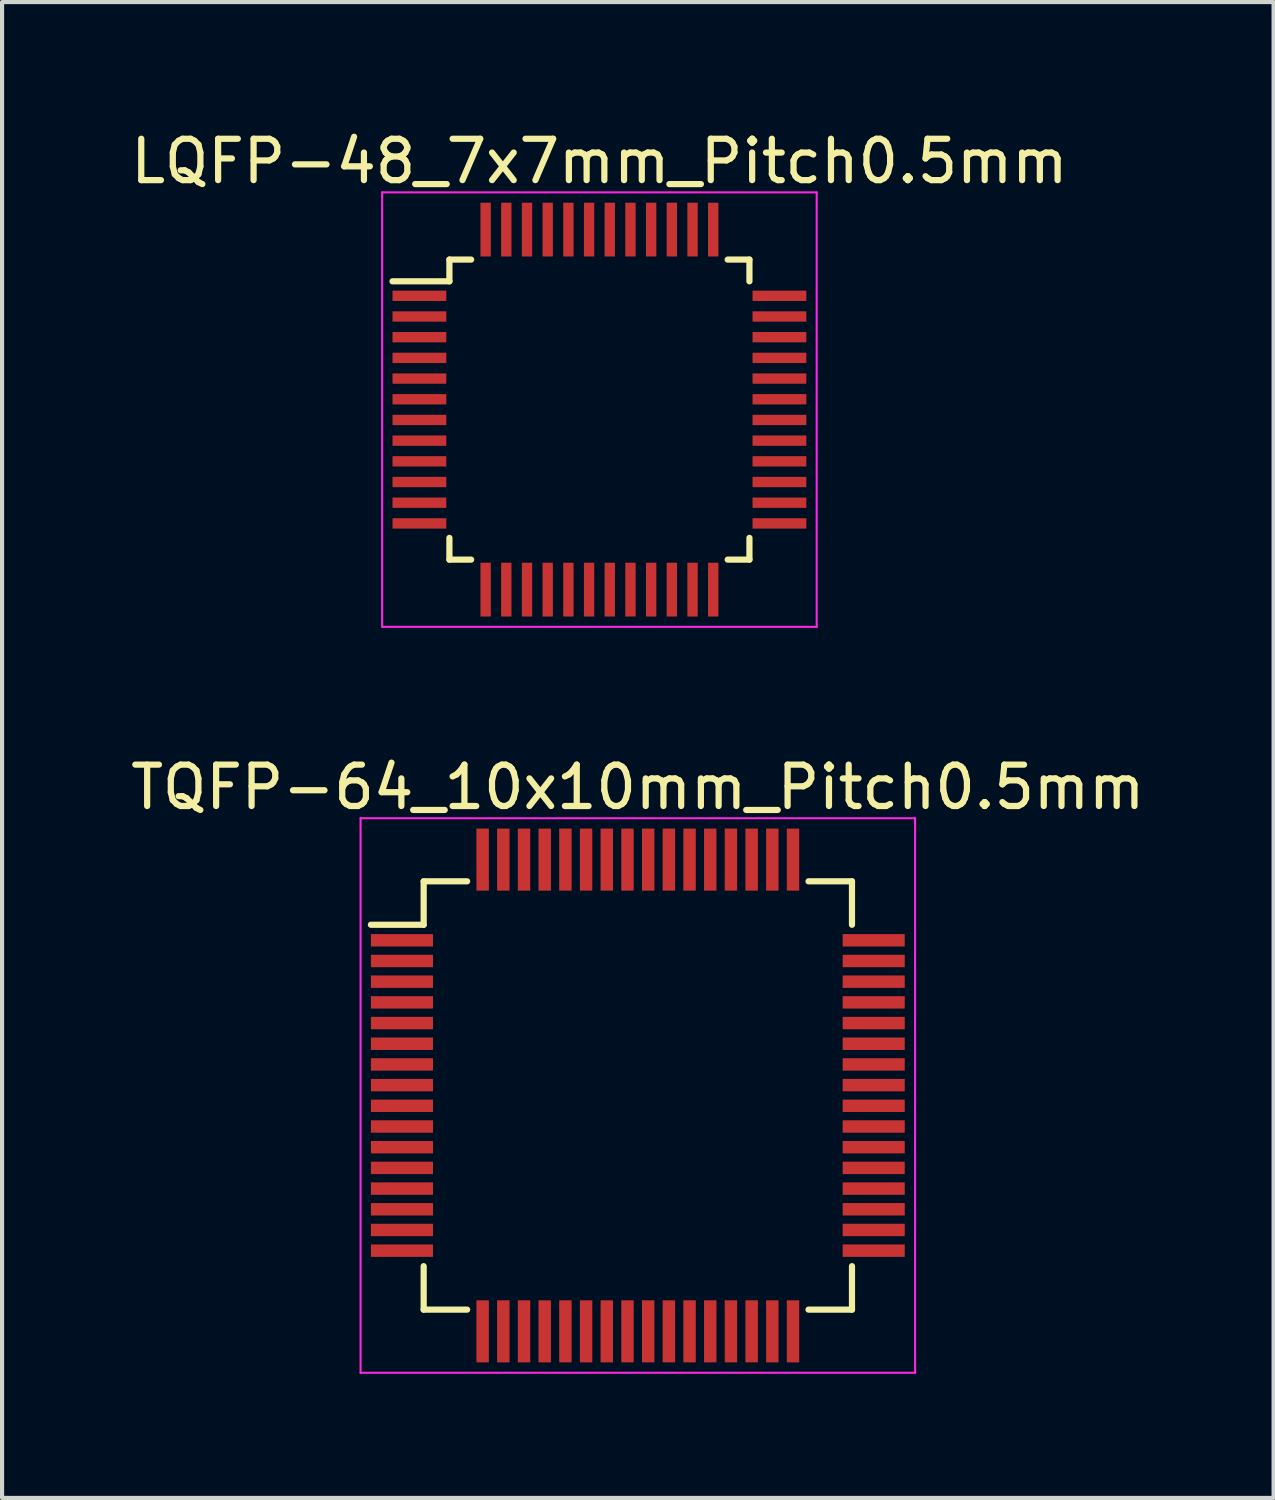
<source format=kicad_pcb>
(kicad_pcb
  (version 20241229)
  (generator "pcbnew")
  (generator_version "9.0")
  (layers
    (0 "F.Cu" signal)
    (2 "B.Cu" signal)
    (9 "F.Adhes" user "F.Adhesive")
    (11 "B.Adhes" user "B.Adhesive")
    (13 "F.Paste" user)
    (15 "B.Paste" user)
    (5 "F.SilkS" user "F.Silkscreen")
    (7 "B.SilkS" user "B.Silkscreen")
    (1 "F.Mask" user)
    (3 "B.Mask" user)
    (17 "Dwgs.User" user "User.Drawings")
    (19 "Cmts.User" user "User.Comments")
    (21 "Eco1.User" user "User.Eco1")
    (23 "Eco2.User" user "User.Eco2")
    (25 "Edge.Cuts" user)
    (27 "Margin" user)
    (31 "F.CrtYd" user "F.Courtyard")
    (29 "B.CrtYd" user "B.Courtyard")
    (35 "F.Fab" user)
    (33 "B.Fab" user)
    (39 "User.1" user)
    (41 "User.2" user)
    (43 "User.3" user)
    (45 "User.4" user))
  (footprint "LQFP-48_7x7mm_Pitch0.5mm"
    (layer "F.Cu")
    (at 11.435 6.848)
    (property "Reference" "LQFP-48_7x7mm_Pitch0.5mm" (at 0 -6 0) (layer "F.SilkS") (effects (font (size 1 1) (thickness 0.15))))
    (attr smd)
    (fp_line (start -3.625 -3.625) (end -3.625 -3.1) (stroke (width 0.15) (type solid)) (layer "F.SilkS"))
    (fp_line (start -3.625 -3.625) (end -3.1 -3.625) (stroke (width 0.15) (type solid)) (layer "F.SilkS"))
    (fp_line (start -3.625 -3.1) (end -5 -3.1) (stroke (width 0.15) (type solid)) (layer "F.SilkS"))
    (fp_line (start -3.625 3.625) (end -3.625 3.1) (stroke (width 0.15) (type solid)) (layer "F.SilkS"))
    (fp_line (start -3.625 3.625) (end -3.1 3.625) (stroke (width 0.15) (type solid)) (layer "F.SilkS"))
    (fp_line (start 3.625 -3.625) (end 3.1 -3.625) (stroke (width 0.15) (type solid)) (layer "F.SilkS"))
    (fp_line (start 3.625 -3.625) (end 3.625 -3.1) (stroke (width 0.15) (type solid)) (layer "F.SilkS"))
    (fp_line (start 3.625 3.625) (end 3.1 3.625) (stroke (width 0.15) (type solid)) (layer "F.SilkS"))
    (fp_line (start 3.625 3.625) (end 3.625 3.1) (stroke (width 0.15) (type solid)) (layer "F.SilkS"))
    (fp_line (start -5.25 -5.25) (end -5.25 5.25) (stroke (width 0.05) (type solid)) (layer "F.CrtYd"))
    (fp_line (start -5.25 -5.25) (end 5.25 -5.25) (stroke (width 0.05) (type solid)) (layer "F.CrtYd"))
    (fp_line (start -5.25 5.25) (end 5.25 5.25) (stroke (width 0.05) (type solid)) (layer "F.CrtYd"))
    (fp_line (start 5.25 -5.25) (end 5.25 5.25) (stroke (width 0.05) (type solid)) (layer "F.CrtYd"))
    (pad "1" smd rect (at -4.35 -2.75) (size 1.3 0.25) (layers "F.Cu" "F.Mask" "F.Paste"))
    (pad "2" smd rect (at -4.35 -2.25) (size 1.3 0.25) (layers "F.Cu" "F.Mask" "F.Paste"))
    (pad "3" smd rect (at -4.35 -1.75) (size 1.3 0.25) (layers "F.Cu" "F.Mask" "F.Paste"))
    (pad "4" smd rect (at -4.35 -1.25) (size 1.3 0.25) (layers "F.Cu" "F.Mask" "F.Paste"))
    (pad "5" smd rect (at -4.35 -0.75) (size 1.3 0.25) (layers "F.Cu" "F.Mask" "F.Paste"))
    (pad "6" smd rect (at -4.35 -0.25) (size 1.3 0.25) (layers "F.Cu" "F.Mask" "F.Paste"))
    (pad "7" smd rect (at -4.35 0.25) (size 1.3 0.25) (layers "F.Cu" "F.Mask" "F.Paste"))
    (pad "8" smd rect (at -4.35 0.75) (size 1.3 0.25) (layers "F.Cu" "F.Mask" "F.Paste"))
    (pad "9" smd rect (at -4.35 1.25) (size 1.3 0.25) (layers "F.Cu" "F.Mask" "F.Paste"))
    (pad "10" smd rect (at -4.35 1.75) (size 1.3 0.25) (layers "F.Cu" "F.Mask" "F.Paste"))
    (pad "11" smd rect (at -4.35 2.25) (size 1.3 0.25) (layers "F.Cu" "F.Mask" "F.Paste"))
    (pad "12" smd rect (at -4.35 2.75) (size 1.3 0.25) (layers "F.Cu" "F.Mask" "F.Paste"))
    (pad "13" smd rect (at -2.75 4.35 90) (size 1.3 0.25) (layers "F.Cu" "F.Mask" "F.Paste"))
    (pad "14" smd rect (at -2.25 4.35 90) (size 1.3 0.25) (layers "F.Cu" "F.Mask" "F.Paste"))
    (pad "15" smd rect (at -1.75 4.35 90) (size 1.3 0.25) (layers "F.Cu" "F.Mask" "F.Paste"))
    (pad "16" smd rect (at -1.25 4.35 90) (size 1.3 0.25) (layers "F.Cu" "F.Mask" "F.Paste"))
    (pad "17" smd rect (at -0.75 4.35 90) (size 1.3 0.25) (layers "F.Cu" "F.Mask" "F.Paste"))
    (pad "18" smd rect (at -0.25 4.35 90) (size 1.3 0.25) (layers "F.Cu" "F.Mask" "F.Paste"))
    (pad "19" smd rect (at 0.25 4.35 90) (size 1.3 0.25) (layers "F.Cu" "F.Mask" "F.Paste"))
    (pad "20" smd rect (at 0.75 4.35 90) (size 1.3 0.25) (layers "F.Cu" "F.Mask" "F.Paste"))
    (pad "21" smd rect (at 1.25 4.35 90) (size 1.3 0.25) (layers "F.Cu" "F.Mask" "F.Paste"))
    (pad "22" smd rect (at 1.75 4.35 90) (size 1.3 0.25) (layers "F.Cu" "F.Mask" "F.Paste"))
    (pad "23" smd rect (at 2.25 4.35 90) (size 1.3 0.25) (layers "F.Cu" "F.Mask" "F.Paste"))
    (pad "24" smd rect (at 2.75 4.35 90) (size 1.3 0.25) (layers "F.Cu" "F.Mask" "F.Paste"))
    (pad "25" smd rect (at 4.35 2.75) (size 1.3 0.25) (layers "F.Cu" "F.Mask" "F.Paste"))
    (pad "26" smd rect (at 4.35 2.25) (size 1.3 0.25) (layers "F.Cu" "F.Mask" "F.Paste"))
    (pad "27" smd rect (at 4.35 1.75) (size 1.3 0.25) (layers "F.Cu" "F.Mask" "F.Paste"))
    (pad "28" smd rect (at 4.35 1.25) (size 1.3 0.25) (layers "F.Cu" "F.Mask" "F.Paste"))
    (pad "29" smd rect (at 4.35 0.75) (size 1.3 0.25) (layers "F.Cu" "F.Mask" "F.Paste"))
    (pad "30" smd rect (at 4.35 0.25) (size 1.3 0.25) (layers "F.Cu" "F.Mask" "F.Paste"))
    (pad "31" smd rect (at 4.35 -0.25) (size 1.3 0.25) (layers "F.Cu" "F.Mask" "F.Paste"))
    (pad "32" smd rect (at 4.35 -0.75) (size 1.3 0.25) (layers "F.Cu" "F.Mask" "F.Paste"))
    (pad "33" smd rect (at 4.35 -1.25) (size 1.3 0.25) (layers "F.Cu" "F.Mask" "F.Paste"))
    (pad "34" smd rect (at 4.35 -1.75) (size 1.3 0.25) (layers "F.Cu" "F.Mask" "F.Paste"))
    (pad "35" smd rect (at 4.35 -2.25) (size 1.3 0.25) (layers "F.Cu" "F.Mask" "F.Paste"))
    (pad "36" smd rect (at 4.35 -2.75) (size 1.3 0.25) (layers "F.Cu" "F.Mask" "F.Paste"))
    (pad "37" smd rect (at 2.75 -4.35 90) (size 1.3 0.25) (layers "F.Cu" "F.Mask" "F.Paste"))
    (pad "38" smd rect (at 2.25 -4.35 90) (size 1.3 0.25) (layers "F.Cu" "F.Mask" "F.Paste"))
    (pad "39" smd rect (at 1.75 -4.35 90) (size 1.3 0.25) (layers "F.Cu" "F.Mask" "F.Paste"))
    (pad "40" smd rect (at 1.25 -4.35 90) (size 1.3 0.25) (layers "F.Cu" "F.Mask" "F.Paste"))
    (pad "41" smd rect (at 0.75 -4.35 90) (size 1.3 0.25) (layers "F.Cu" "F.Mask" "F.Paste"))
    (pad "42" smd rect (at 0.25 -4.35 90) (size 1.3 0.25) (layers "F.Cu" "F.Mask" "F.Paste"))
    (pad "43" smd rect (at -0.25 -4.35 90) (size 1.3 0.25) (layers "F.Cu" "F.Mask" "F.Paste"))
    (pad "44" smd rect (at -0.75 -4.35 90) (size 1.3 0.25) (layers "F.Cu" "F.Mask" "F.Paste"))
    (pad "45" smd rect (at -1.25 -4.35 90) (size 1.3 0.25) (layers "F.Cu" "F.Mask" "F.Paste"))
    (pad "46" smd rect (at -1.75 -4.35 90) (size 1.3 0.25) (layers "F.Cu" "F.Mask" "F.Paste"))
    (pad "47" smd rect (at -2.25 -4.35 90) (size 1.3 0.25) (layers "F.Cu" "F.Mask" "F.Paste"))
    (pad "48" smd rect (at -2.75 -4.35 90) (size 1.3 0.25) (layers "F.Cu" "F.Mask" "F.Paste")))
  (footprint "TQFP-64_10x10mm_Pitch0.5mm"
    (layer "F.Cu")
    (at 12.363 23.422)
    (property "Reference" "TQFP-64_10x10mm_Pitch0.5mm" (at 0 -7.45 0) (layer "F.SilkS") (effects (font (size 1 1) (thickness 0.15))))
    (attr smd)
    (fp_line (start -5.175 -5.175) (end -5.175 -4.125) (stroke (width 0.15) (type solid)) (layer "F.SilkS"))
    (fp_line (start -5.175 -5.175) (end -4.125 -5.175) (stroke (width 0.15) (type solid)) (layer "F.SilkS"))
    (fp_line (start -5.175 -4.125) (end -6.45 -4.125) (stroke (width 0.15) (type solid)) (layer "F.SilkS"))
    (fp_line (start -5.175 5.175) (end -5.175 4.125) (stroke (width 0.15) (type solid)) (layer "F.SilkS"))
    (fp_line (start -5.175 5.175) (end -4.125 5.175) (stroke (width 0.15) (type solid)) (layer "F.SilkS"))
    (fp_line (start 5.175 -5.175) (end 4.125 -5.175) (stroke (width 0.15) (type solid)) (layer "F.SilkS"))
    (fp_line (start 5.175 -5.175) (end 5.175 -4.125) (stroke (width 0.15) (type solid)) (layer "F.SilkS"))
    (fp_line (start 5.175 5.175) (end 4.125 5.175) (stroke (width 0.15) (type solid)) (layer "F.SilkS"))
    (fp_line (start 5.175 5.175) (end 5.175 4.125) (stroke (width 0.15) (type solid)) (layer "F.SilkS"))
    (fp_line (start -6.7 -6.7) (end -6.7 6.7) (stroke (width 0.05) (type solid)) (layer "F.CrtYd"))
    (fp_line (start -6.7 -6.7) (end 6.7 -6.7) (stroke (width 0.05) (type solid)) (layer "F.CrtYd"))
    (fp_line (start -6.7 6.7) (end 6.7 6.7) (stroke (width 0.05) (type solid)) (layer "F.CrtYd"))
    (fp_line (start 6.7 -6.7) (end 6.7 6.7) (stroke (width 0.05) (type solid)) (layer "F.CrtYd"))
    (pad "1" smd rect (at -5.7 -3.75) (size 1.5 0.3) (layers "F.Cu" "F.Mask" "F.Paste"))
    (pad "2" smd rect (at -5.7 -3.25) (size 1.5 0.3) (layers "F.Cu" "F.Mask" "F.Paste"))
    (pad "3" smd rect (at -5.7 -2.75) (size 1.5 0.3) (layers "F.Cu" "F.Mask" "F.Paste"))
    (pad "4" smd rect (at -5.7 -2.25) (size 1.5 0.3) (layers "F.Cu" "F.Mask" "F.Paste"))
    (pad "5" smd rect (at -5.7 -1.75) (size 1.5 0.3) (layers "F.Cu" "F.Mask" "F.Paste"))
    (pad "6" smd rect (at -5.7 -1.25) (size 1.5 0.3) (layers "F.Cu" "F.Mask" "F.Paste"))
    (pad "7" smd rect (at -5.7 -0.75) (size 1.5 0.3) (layers "F.Cu" "F.Mask" "F.Paste"))
    (pad "8" smd rect (at -5.7 -0.25) (size 1.5 0.3) (layers "F.Cu" "F.Mask" "F.Paste"))
    (pad "9" smd rect (at -5.7 0.25) (size 1.5 0.3) (layers "F.Cu" "F.Mask" "F.Paste"))
    (pad "10" smd rect (at -5.7 0.75) (size 1.5 0.3) (layers "F.Cu" "F.Mask" "F.Paste"))
    (pad "11" smd rect (at -5.7 1.25) (size 1.5 0.3) (layers "F.Cu" "F.Mask" "F.Paste"))
    (pad "12" smd rect (at -5.7 1.75) (size 1.5 0.3) (layers "F.Cu" "F.Mask" "F.Paste"))
    (pad "13" smd rect (at -5.7 2.25) (size 1.5 0.3) (layers "F.Cu" "F.Mask" "F.Paste"))
    (pad "14" smd rect (at -5.7 2.75) (size 1.5 0.3) (layers "F.Cu" "F.Mask" "F.Paste"))
    (pad "15" smd rect (at -5.7 3.25) (size 1.5 0.3) (layers "F.Cu" "F.Mask" "F.Paste"))
    (pad "16" smd rect (at -5.7 3.75) (size 1.5 0.3) (layers "F.Cu" "F.Mask" "F.Paste"))
    (pad "17" smd rect (at -3.75 5.7 90) (size 1.5 0.3) (layers "F.Cu" "F.Mask" "F.Paste"))
    (pad "18" smd rect (at -3.25 5.7 90) (size 1.5 0.3) (layers "F.Cu" "F.Mask" "F.Paste"))
    (pad "19" smd rect (at -2.75 5.7 90) (size 1.5 0.3) (layers "F.Cu" "F.Mask" "F.Paste"))
    (pad "20" smd rect (at -2.25 5.7 90) (size 1.5 0.3) (layers "F.Cu" "F.Mask" "F.Paste"))
    (pad "21" smd rect (at -1.75 5.7 90) (size 1.5 0.3) (layers "F.Cu" "F.Mask" "F.Paste"))
    (pad "22" smd rect (at -1.25 5.7 90) (size 1.5 0.3) (layers "F.Cu" "F.Mask" "F.Paste"))
    (pad "23" smd rect (at -0.75 5.7 90) (size 1.5 0.3) (layers "F.Cu" "F.Mask" "F.Paste"))
    (pad "24" smd rect (at -0.25 5.7 90) (size 1.5 0.3) (layers "F.Cu" "F.Mask" "F.Paste"))
    (pad "25" smd rect (at 0.25 5.7 90) (size 1.5 0.3) (layers "F.Cu" "F.Mask" "F.Paste"))
    (pad "26" smd rect (at 0.75 5.7 90) (size 1.5 0.3) (layers "F.Cu" "F.Mask" "F.Paste"))
    (pad "27" smd rect (at 1.25 5.7 90) (size 1.5 0.3) (layers "F.Cu" "F.Mask" "F.Paste"))
    (pad "28" smd rect (at 1.75 5.7 90) (size 1.5 0.3) (layers "F.Cu" "F.Mask" "F.Paste"))
    (pad "29" smd rect (at 2.25 5.7 90) (size 1.5 0.3) (layers "F.Cu" "F.Mask" "F.Paste"))
    (pad "30" smd rect (at 2.75 5.7 90) (size 1.5 0.3) (layers "F.Cu" "F.Mask" "F.Paste"))
    (pad "31" smd rect (at 3.25 5.7 90) (size 1.5 0.3) (layers "F.Cu" "F.Mask" "F.Paste"))
    (pad "32" smd rect (at 3.75 5.7 90) (size 1.5 0.3) (layers "F.Cu" "F.Mask" "F.Paste"))
    (pad "33" smd rect (at 5.7 3.75) (size 1.5 0.3) (layers "F.Cu" "F.Mask" "F.Paste"))
    (pad "34" smd rect (at 5.7 3.25) (size 1.5 0.3) (layers "F.Cu" "F.Mask" "F.Paste"))
    (pad "35" smd rect (at 5.7 2.75) (size 1.5 0.3) (layers "F.Cu" "F.Mask" "F.Paste"))
    (pad "36" smd rect (at 5.7 2.25) (size 1.5 0.3) (layers "F.Cu" "F.Mask" "F.Paste"))
    (pad "37" smd rect (at 5.7 1.75) (size 1.5 0.3) (layers "F.Cu" "F.Mask" "F.Paste"))
    (pad "38" smd rect (at 5.7 1.25) (size 1.5 0.3) (layers "F.Cu" "F.Mask" "F.Paste"))
    (pad "39" smd rect (at 5.7 0.75) (size 1.5 0.3) (layers "F.Cu" "F.Mask" "F.Paste"))
    (pad "40" smd rect (at 5.7 0.25) (size 1.5 0.3) (layers "F.Cu" "F.Mask" "F.Paste"))
    (pad "41" smd rect (at 5.7 -0.25) (size 1.5 0.3) (layers "F.Cu" "F.Mask" "F.Paste"))
    (pad "42" smd rect (at 5.7 -0.75) (size 1.5 0.3) (layers "F.Cu" "F.Mask" "F.Paste"))
    (pad "43" smd rect (at 5.7 -1.25) (size 1.5 0.3) (layers "F.Cu" "F.Mask" "F.Paste"))
    (pad "44" smd rect (at 5.7 -1.75) (size 1.5 0.3) (layers "F.Cu" "F.Mask" "F.Paste"))
    (pad "45" smd rect (at 5.7 -2.25) (size 1.5 0.3) (layers "F.Cu" "F.Mask" "F.Paste"))
    (pad "46" smd rect (at 5.7 -2.75) (size 1.5 0.3) (layers "F.Cu" "F.Mask" "F.Paste"))
    (pad "47" smd rect (at 5.7 -3.25) (size 1.5 0.3) (layers "F.Cu" "F.Mask" "F.Paste"))
    (pad "48" smd rect (at 5.7 -3.75) (size 1.5 0.3) (layers "F.Cu" "F.Mask" "F.Paste"))
    (pad "49" smd rect (at 3.75 -5.7 90) (size 1.5 0.3) (layers "F.Cu" "F.Mask" "F.Paste"))
    (pad "50" smd rect (at 3.25 -5.7 90) (size 1.5 0.3) (layers "F.Cu" "F.Mask" "F.Paste"))
    (pad "51" smd rect (at 2.75 -5.7 90) (size 1.5 0.3) (layers "F.Cu" "F.Mask" "F.Paste"))
    (pad "52" smd rect (at 2.25 -5.7 90) (size 1.5 0.3) (layers "F.Cu" "F.Mask" "F.Paste"))
    (pad "53" smd rect (at 1.75 -5.7 90) (size 1.5 0.3) (layers "F.Cu" "F.Mask" "F.Paste"))
    (pad "54" smd rect (at 1.25 -5.7 90) (size 1.5 0.3) (layers "F.Cu" "F.Mask" "F.Paste"))
    (pad "55" smd rect (at 0.75 -5.7 90) (size 1.5 0.3) (layers "F.Cu" "F.Mask" "F.Paste"))
    (pad "56" smd rect (at 0.25 -5.7 90) (size 1.5 0.3) (layers "F.Cu" "F.Mask" "F.Paste"))
    (pad "57" smd rect (at -0.25 -5.7 90) (size 1.5 0.3) (layers "F.Cu" "F.Mask" "F.Paste"))
    (pad "58" smd rect (at -0.75 -5.7 90) (size 1.5 0.3) (layers "F.Cu" "F.Mask" "F.Paste"))
    (pad "59" smd rect (at -1.25 -5.7 90) (size 1.5 0.3) (layers "F.Cu" "F.Mask" "F.Paste"))
    (pad "60" smd rect (at -1.75 -5.7 90) (size 1.5 0.3) (layers "F.Cu" "F.Mask" "F.Paste"))
    (pad "61" smd rect (at -2.25 -5.7 90) (size 1.5 0.3) (layers "F.Cu" "F.Mask" "F.Paste"))
    (pad "62" smd rect (at -2.75 -5.7 90) (size 1.5 0.3) (layers "F.Cu" "F.Mask" "F.Paste"))
    (pad "63" smd rect (at -3.25 -5.7 90) (size 1.5 0.3) (layers "F.Cu" "F.Mask" "F.Paste"))
    (pad "64" smd rect (at -3.75 -5.7 90) (size 1.5 0.3) (layers "F.Cu" "F.Mask" "F.Paste")))
  (gr_rect
    (start -3 -3)
    (end 27.726 33.147)
    (stroke (width 0.1) (type default))
    (fill no)
    (layer "Edge.Cuts")))
</source>
